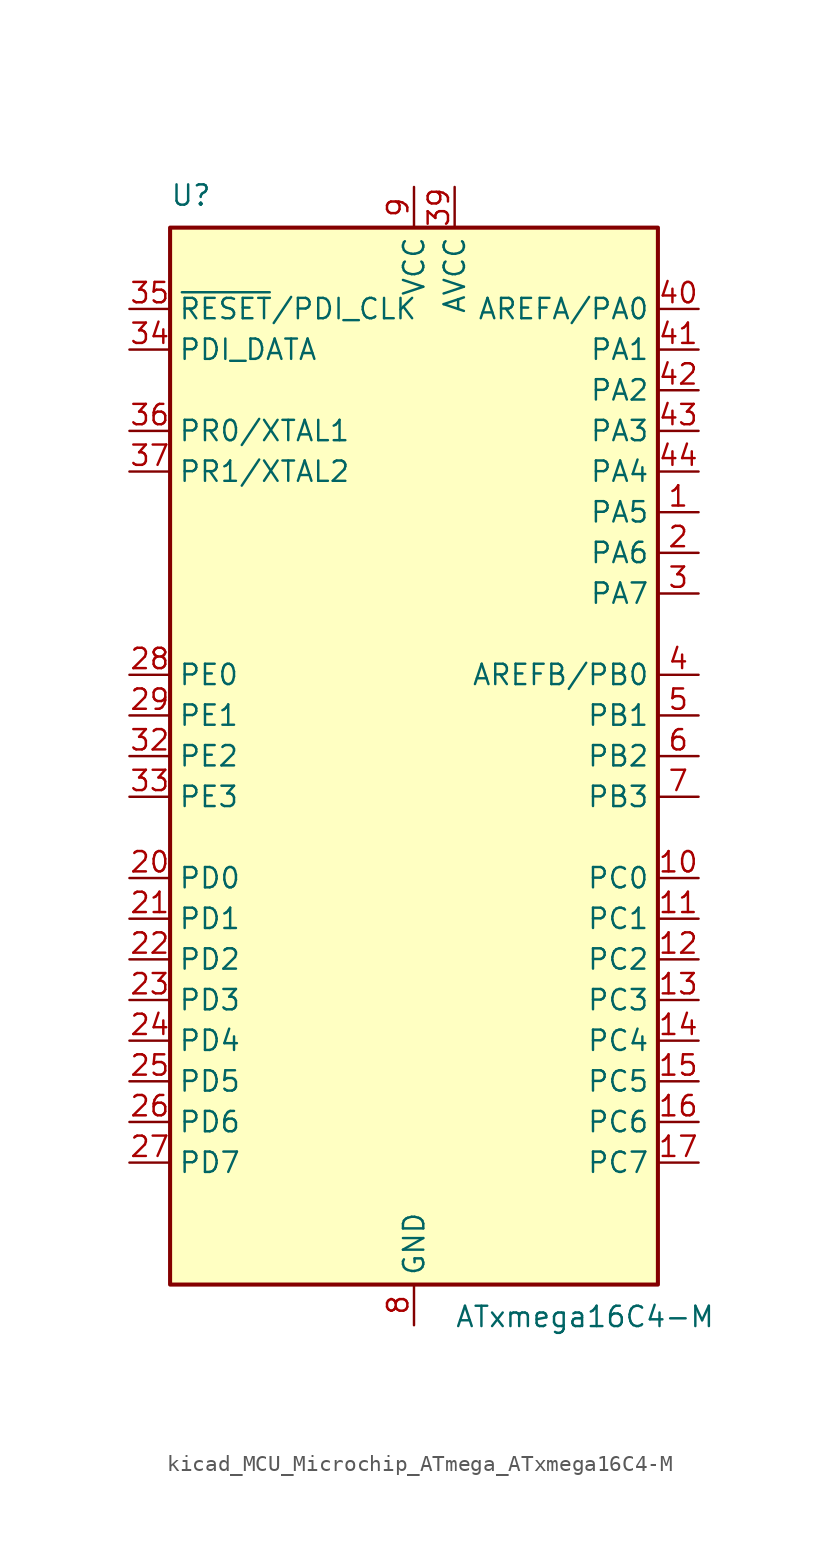
<source format=kicad_sym>
(kicad_symbol_lib
  (version 20220914)
  (generator kicad_symbol_editor)
  (symbol "kicad_MCU_Microchip_ATmega_ATxmega16C4-M"
    (property "Reference" "U"
      (at -15.24 34.29 0)
      (effects (font (size 1.27 1.27)) (justify left bottom)))
    (property "Value" "ATxmega16C4-M"
      (at 2.54 -34.29 0)
      (effects (font (size 1.27 1.27)) (justify left top)))
    (symbol "kicad_MCU_Microchip_ATmega_ATxmega16C4-M_0_1"
      (rectangle (start -15.24 -33.02) (end 15.24 33.02) (stroke (width 0.254) (type default)) (fill (type background))))
    (symbol "kicad_MCU_Microchip_ATmega_ATxmega16C4-M_1_1"
      (pin bidirectional line (at 17.78 15.24 180) (length 2.54) (name "PA5" (effects (font (size 1.27 1.27)))) (number "1" (effects (font (size 1.27 1.27)))))
      (pin bidirectional line (at 17.78 -7.62 180) (length 2.54) (name "PC0" (effects (font (size 1.27 1.27)))) (number "10" (effects (font (size 1.27 1.27)))))
      (pin bidirectional line (at 17.78 -10.16 180) (length 2.54) (name "PC1" (effects (font (size 1.27 1.27)))) (number "11" (effects (font (size 1.27 1.27)))))
      (pin bidirectional line (at 17.78 -12.7 180) (length 2.54) (name "PC2" (effects (font (size 1.27 1.27)))) (number "12" (effects (font (size 1.27 1.27)))))
      (pin bidirectional line (at 17.78 -15.24 180) (length 2.54) (name "PC3" (effects (font (size 1.27 1.27)))) (number "13" (effects (font (size 1.27 1.27)))))
      (pin bidirectional line (at 17.78 -17.78 180) (length 2.54) (name "PC4" (effects (font (size 1.27 1.27)))) (number "14" (effects (font (size 1.27 1.27)))))
      (pin bidirectional line (at 17.78 -20.32 180) (length 2.54) (name "PC5" (effects (font (size 1.27 1.27)))) (number "15" (effects (font (size 1.27 1.27)))))
      (pin bidirectional line (at 17.78 -22.86 180) (length 2.54) (name "PC6" (effects (font (size 1.27 1.27)))) (number "16" (effects (font (size 1.27 1.27)))))
      (pin bidirectional line (at 17.78 -25.4 180) (length 2.54) (name "PC7" (effects (font (size 1.27 1.27)))) (number "17" (effects (font (size 1.27 1.27)))))
      (pin passive line (at 0 -35.56 90) (length 2.54) hide (name "GND" (effects (font (size 1.27 1.27)))) (number "18" (effects (font (size 1.27 1.27)))))
      (pin passive line (at 0 35.56 270) (length 2.54) hide (name "VCC" (effects (font (size 1.27 1.27)))) (number "19" (effects (font (size 1.27 1.27)))))
      (pin bidirectional line (at 17.78 12.7 180) (length 2.54) (name "PA6" (effects (font (size 1.27 1.27)))) (number "2" (effects (font (size 1.27 1.27)))))
      (pin bidirectional line (at -17.78 -7.62 0) (length 2.54) (name "PD0" (effects (font (size 1.27 1.27)))) (number "20" (effects (font (size 1.27 1.27)))))
      (pin bidirectional line (at -17.78 -10.16 0) (length 2.54) (name "PD1" (effects (font (size 1.27 1.27)))) (number "21" (effects (font (size 1.27 1.27)))))
      (pin bidirectional line (at -17.78 -12.7 0) (length 2.54) (name "PD2" (effects (font (size 1.27 1.27)))) (number "22" (effects (font (size 1.27 1.27)))))
      (pin bidirectional line (at -17.78 -15.24 0) (length 2.54) (name "PD3" (effects (font (size 1.27 1.27)))) (number "23" (effects (font (size 1.27 1.27)))))
      (pin bidirectional line (at -17.78 -17.78 0) (length 2.54) (name "PD4" (effects (font (size 1.27 1.27)))) (number "24" (effects (font (size 1.27 1.27)))))
      (pin bidirectional line (at -17.78 -20.32 0) (length 2.54) (name "PD5" (effects (font (size 1.27 1.27)))) (number "25" (effects (font (size 1.27 1.27)))))
      (pin bidirectional line (at -17.78 -22.86 0) (length 2.54) (name "PD6" (effects (font (size 1.27 1.27)))) (number "26" (effects (font (size 1.27 1.27)))))
      (pin bidirectional line (at -17.78 -25.4 0) (length 2.54) (name "PD7" (effects (font (size 1.27 1.27)))) (number "27" (effects (font (size 1.27 1.27)))))
      (pin bidirectional line (at -17.78 5.08 0) (length 2.54) (name "PE0" (effects (font (size 1.27 1.27)))) (number "28" (effects (font (size 1.27 1.27)))))
      (pin bidirectional line (at -17.78 2.54 0) (length 2.54) (name "PE1" (effects (font (size 1.27 1.27)))) (number "29" (effects (font (size 1.27 1.27)))))
      (pin bidirectional line (at 17.78 10.16 180) (length 2.54) (name "PA7" (effects (font (size 1.27 1.27)))) (number "3" (effects (font (size 1.27 1.27)))))
      (pin passive line (at 0 -35.56 90) (length 2.54) hide (name "GND" (effects (font (size 1.27 1.27)))) (number "30" (effects (font (size 1.27 1.27)))))
      (pin passive line (at 0 35.56 270) (length 2.54) hide (name "VCC" (effects (font (size 1.27 1.27)))) (number "31" (effects (font (size 1.27 1.27)))))
      (pin bidirectional line (at -17.78 0 0) (length 2.54) (name "PE2" (effects (font (size 1.27 1.27)))) (number "32" (effects (font (size 1.27 1.27)))))
      (pin bidirectional line (at -17.78 -2.54 0) (length 2.54) (name "PE3" (effects (font (size 1.27 1.27)))) (number "33" (effects (font (size 1.27 1.27)))))
      (pin bidirectional line (at -17.78 25.4 0) (length 2.54) (name "PDI_DATA" (effects (font (size 1.27 1.27)))) (number "34" (effects (font (size 1.27 1.27)))))
      (pin input line (at -17.78 27.94 0) (length 2.54) (name "~{RESET}/PDI_CLK" (effects (font (size 1.27 1.27)))) (number "35" (effects (font (size 1.27 1.27)))))
      (pin bidirectional line (at -17.78 20.32 0) (length 2.54) (name "PR0/XTAL1" (effects (font (size 1.27 1.27)))) (number "36" (effects (font (size 1.27 1.27)))))
      (pin bidirectional line (at -17.78 17.78 0) (length 2.54) (name "PR1/XTAL2" (effects (font (size 1.27 1.27)))) (number "37" (effects (font (size 1.27 1.27)))))
      (pin passive line (at 0 -35.56 90) (length 2.54) hide (name "GND" (effects (font (size 1.27 1.27)))) (number "38" (effects (font (size 1.27 1.27)))))
      (pin power_in line (at 2.54 35.56 270) (length 2.54) (name "AVCC" (effects (font (size 1.27 1.27)))) (number "39" (effects (font (size 1.27 1.27)))))
      (pin bidirectional line (at 17.78 5.08 180) (length 2.54) (name "AREFB/PB0" (effects (font (size 1.27 1.27)))) (number "4" (effects (font (size 1.27 1.27)))))
      (pin bidirectional line (at 17.78 27.94 180) (length 2.54) (name "AREFA/PA0" (effects (font (size 1.27 1.27)))) (number "40" (effects (font (size 1.27 1.27)))))
      (pin bidirectional line (at 17.78 25.4 180) (length 2.54) (name "PA1" (effects (font (size 1.27 1.27)))) (number "41" (effects (font (size 1.27 1.27)))))
      (pin bidirectional line (at 17.78 22.86 180) (length 2.54) (name "PA2" (effects (font (size 1.27 1.27)))) (number "42" (effects (font (size 1.27 1.27)))))
      (pin bidirectional line (at 17.78 20.32 180) (length 2.54) (name "PA3" (effects (font (size 1.27 1.27)))) (number "43" (effects (font (size 1.27 1.27)))))
      (pin bidirectional line (at 17.78 17.78 180) (length 2.54) (name "PA4" (effects (font (size 1.27 1.27)))) (number "44" (effects (font (size 1.27 1.27)))))
      (pin passive line (at 0 -35.56 90) (length 2.54) hide (name "GND" (effects (font (size 1.27 1.27)))) (number "45" (effects (font (size 1.27 1.27)))))
      (pin bidirectional line (at 17.78 2.54 180) (length 2.54) (name "PB1" (effects (font (size 1.27 1.27)))) (number "5" (effects (font (size 1.27 1.27)))))
      (pin bidirectional line (at 17.78 0 180) (length 2.54) (name "PB2" (effects (font (size 1.27 1.27)))) (number "6" (effects (font (size 1.27 1.27)))))
      (pin bidirectional line (at 17.78 -2.54 180) (length 2.54) (name "PB3" (effects (font (size 1.27 1.27)))) (number "7" (effects (font (size 1.27 1.27)))))
      (pin power_in line (at 0 -35.56 90) (length 2.54) (name "GND" (effects (font (size 1.27 1.27)))) (number "8" (effects (font (size 1.27 1.27)))))
      (pin power_in line (at 0 35.56 270) (length 2.54) (name "VCC" (effects (font (size 1.27 1.27)))) (number "9" (effects (font (size 1.27 1.27))))))))
</source>
